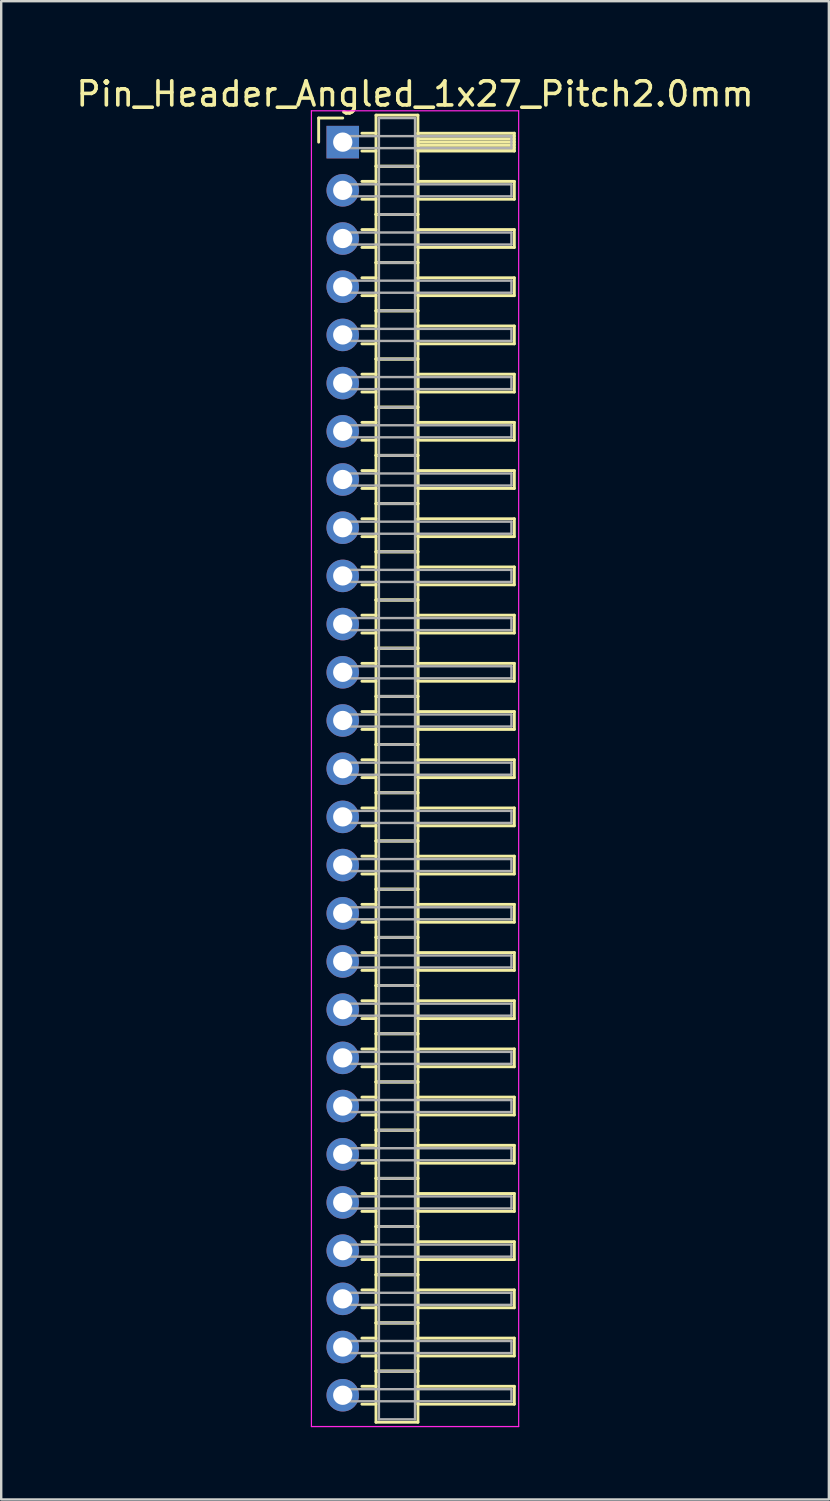
<source format=kicad_pcb>
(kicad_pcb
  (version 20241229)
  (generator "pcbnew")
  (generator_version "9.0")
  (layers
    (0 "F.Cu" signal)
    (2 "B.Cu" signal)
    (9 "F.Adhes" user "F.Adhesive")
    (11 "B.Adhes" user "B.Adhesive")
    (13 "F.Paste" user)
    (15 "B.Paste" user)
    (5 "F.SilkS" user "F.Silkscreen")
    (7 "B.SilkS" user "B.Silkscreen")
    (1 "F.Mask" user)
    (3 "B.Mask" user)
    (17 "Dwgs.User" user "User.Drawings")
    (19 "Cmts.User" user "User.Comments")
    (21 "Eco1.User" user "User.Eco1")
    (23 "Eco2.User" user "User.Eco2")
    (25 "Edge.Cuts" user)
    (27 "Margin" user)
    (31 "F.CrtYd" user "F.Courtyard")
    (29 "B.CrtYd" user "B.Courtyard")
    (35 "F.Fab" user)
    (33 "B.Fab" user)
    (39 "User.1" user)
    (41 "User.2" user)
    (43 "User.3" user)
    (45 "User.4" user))
  (footprint "Pin_Header_Angled_1x27_Pitch2.0mm"
    (layer "F.Cu")
    (at 11.173 2.848)
    (property "Reference" "Pin_Header_Angled_1x27_Pitch2.0mm" (at 3 -2 0) (layer "F.SilkS") (effects (font (size 1 1) (thickness 0.15))))
    (attr through_hole)
    (fp_line (start -1 -1) (end 0 -1) (stroke (width 0.12) (type solid)) (layer "F.SilkS"))
    (fp_line (start -1 0) (end -1 -1) (stroke (width 0.12) (type solid)) (layer "F.SilkS"))
    (fp_line (start 0.795 -0.37) (end 1.38 -0.37) (stroke (width 0.12) (type solid)) (layer "F.SilkS"))
    (fp_line (start 0.795 0.37) (end 1.38 0.37) (stroke (width 0.12) (type solid)) (layer "F.SilkS"))
    (fp_line (start 0.795 1.63) (end 1.38 1.63) (stroke (width 0.12) (type solid)) (layer "F.SilkS"))
    (fp_line (start 0.795 2.37) (end 1.38 2.37) (stroke (width 0.12) (type solid)) (layer "F.SilkS"))
    (fp_line (start 0.795 3.63) (end 1.38 3.63) (stroke (width 0.12) (type solid)) (layer "F.SilkS"))
    (fp_line (start 0.795 4.37) (end 1.38 4.37) (stroke (width 0.12) (type solid)) (layer "F.SilkS"))
    (fp_line (start 0.795 5.63) (end 1.38 5.63) (stroke (width 0.12) (type solid)) (layer "F.SilkS"))
    (fp_line (start 0.795 6.37) (end 1.38 6.37) (stroke (width 0.12) (type solid)) (layer "F.SilkS"))
    (fp_line (start 0.795 7.63) (end 1.38 7.63) (stroke (width 0.12) (type solid)) (layer "F.SilkS"))
    (fp_line (start 0.795 8.37) (end 1.38 8.37) (stroke (width 0.12) (type solid)) (layer "F.SilkS"))
    (fp_line (start 0.795 9.63) (end 1.38 9.63) (stroke (width 0.12) (type solid)) (layer "F.SilkS"))
    (fp_line (start 0.795 10.37) (end 1.38 10.37) (stroke (width 0.12) (type solid)) (layer "F.SilkS"))
    (fp_line (start 0.795 11.63) (end 1.38 11.63) (stroke (width 0.12) (type solid)) (layer "F.SilkS"))
    (fp_line (start 0.795 12.37) (end 1.38 12.37) (stroke (width 0.12) (type solid)) (layer "F.SilkS"))
    (fp_line (start 0.795 13.63) (end 1.38 13.63) (stroke (width 0.12) (type solid)) (layer "F.SilkS"))
    (fp_line (start 0.795 14.37) (end 1.38 14.37) (stroke (width 0.12) (type solid)) (layer "F.SilkS"))
    (fp_line (start 0.795 15.63) (end 1.38 15.63) (stroke (width 0.12) (type solid)) (layer "F.SilkS"))
    (fp_line (start 0.795 16.37) (end 1.38 16.37) (stroke (width 0.12) (type solid)) (layer "F.SilkS"))
    (fp_line (start 0.795 17.63) (end 1.38 17.63) (stroke (width 0.12) (type solid)) (layer "F.SilkS"))
    (fp_line (start 0.795 18.37) (end 1.38 18.37) (stroke (width 0.12) (type solid)) (layer "F.SilkS"))
    (fp_line (start 0.795 19.63) (end 1.38 19.63) (stroke (width 0.12) (type solid)) (layer "F.SilkS"))
    (fp_line (start 0.795 20.37) (end 1.38 20.37) (stroke (width 0.12) (type solid)) (layer "F.SilkS"))
    (fp_line (start 0.795 21.63) (end 1.38 21.63) (stroke (width 0.12) (type solid)) (layer "F.SilkS"))
    (fp_line (start 0.795 22.37) (end 1.38 22.37) (stroke (width 0.12) (type solid)) (layer "F.SilkS"))
    (fp_line (start 0.795 23.63) (end 1.38 23.63) (stroke (width 0.12) (type solid)) (layer "F.SilkS"))
    (fp_line (start 0.795 24.37) (end 1.38 24.37) (stroke (width 0.12) (type solid)) (layer "F.SilkS"))
    (fp_line (start 0.795 25.63) (end 1.38 25.63) (stroke (width 0.12) (type solid)) (layer "F.SilkS"))
    (fp_line (start 0.795 26.37) (end 1.38 26.37) (stroke (width 0.12) (type solid)) (layer "F.SilkS"))
    (fp_line (start 0.795 27.63) (end 1.38 27.63) (stroke (width 0.12) (type solid)) (layer "F.SilkS"))
    (fp_line (start 0.795 28.37) (end 1.38 28.37) (stroke (width 0.12) (type solid)) (layer "F.SilkS"))
    (fp_line (start 0.795 29.63) (end 1.38 29.63) (stroke (width 0.12) (type solid)) (layer "F.SilkS"))
    (fp_line (start 0.795 30.37) (end 1.38 30.37) (stroke (width 0.12) (type solid)) (layer "F.SilkS"))
    (fp_line (start 0.795 31.63) (end 1.38 31.63) (stroke (width 0.12) (type solid)) (layer "F.SilkS"))
    (fp_line (start 0.795 32.37) (end 1.38 32.37) (stroke (width 0.12) (type solid)) (layer "F.SilkS"))
    (fp_line (start 0.795 33.63) (end 1.38 33.63) (stroke (width 0.12) (type solid)) (layer "F.SilkS"))
    (fp_line (start 0.795 34.37) (end 1.38 34.37) (stroke (width 0.12) (type solid)) (layer "F.SilkS"))
    (fp_line (start 0.795 35.63) (end 1.38 35.63) (stroke (width 0.12) (type solid)) (layer "F.SilkS"))
    (fp_line (start 0.795 36.37) (end 1.38 36.37) (stroke (width 0.12) (type solid)) (layer "F.SilkS"))
    (fp_line (start 0.795 37.63) (end 1.38 37.63) (stroke (width 0.12) (type solid)) (layer "F.SilkS"))
    (fp_line (start 0.795 38.37) (end 1.38 38.37) (stroke (width 0.12) (type solid)) (layer "F.SilkS"))
    (fp_line (start 0.795 39.63) (end 1.38 39.63) (stroke (width 0.12) (type solid)) (layer "F.SilkS"))
    (fp_line (start 0.795 40.37) (end 1.38 40.37) (stroke (width 0.12) (type solid)) (layer "F.SilkS"))
    (fp_line (start 0.795 41.63) (end 1.38 41.63) (stroke (width 0.12) (type solid)) (layer "F.SilkS"))
    (fp_line (start 0.795 42.37) (end 1.38 42.37) (stroke (width 0.12) (type solid)) (layer "F.SilkS"))
    (fp_line (start 0.795 43.63) (end 1.38 43.63) (stroke (width 0.12) (type solid)) (layer "F.SilkS"))
    (fp_line (start 0.795 44.37) (end 1.38 44.37) (stroke (width 0.12) (type solid)) (layer "F.SilkS"))
    (fp_line (start 0.795 45.63) (end 1.38 45.63) (stroke (width 0.12) (type solid)) (layer "F.SilkS"))
    (fp_line (start 0.795 46.37) (end 1.38 46.37) (stroke (width 0.12) (type solid)) (layer "F.SilkS"))
    (fp_line (start 0.795 47.63) (end 1.38 47.63) (stroke (width 0.12) (type solid)) (layer "F.SilkS"))
    (fp_line (start 0.795 48.37) (end 1.38 48.37) (stroke (width 0.12) (type solid)) (layer "F.SilkS"))
    (fp_line (start 0.795 49.63) (end 1.38 49.63) (stroke (width 0.12) (type solid)) (layer "F.SilkS"))
    (fp_line (start 0.795 50.37) (end 1.38 50.37) (stroke (width 0.12) (type solid)) (layer "F.SilkS"))
    (fp_line (start 0.795 51.63) (end 1.38 51.63) (stroke (width 0.12) (type solid)) (layer "F.SilkS"))
    (fp_line (start 0.795 52.37) (end 1.38 52.37) (stroke (width 0.12) (type solid)) (layer "F.SilkS"))
    (fp_line (start 1.38 -1.12) (end 1.38 1) (stroke (width 0.12) (type solid)) (layer "F.SilkS"))
    (fp_line (start 1.38 1) (end 1.38 3) (stroke (width 0.12) (type solid)) (layer "F.SilkS"))
    (fp_line (start 1.38 1) (end 3.12 1) (stroke (width 0.12) (type solid)) (layer "F.SilkS"))
    (fp_line (start 1.38 3) (end 1.38 5) (stroke (width 0.12) (type solid)) (layer "F.SilkS"))
    (fp_line (start 1.38 3) (end 3.12 3) (stroke (width 0.12) (type solid)) (layer "F.SilkS"))
    (fp_line (start 1.38 5) (end 1.38 7) (stroke (width 0.12) (type solid)) (layer "F.SilkS"))
    (fp_line (start 1.38 5) (end 3.12 5) (stroke (width 0.12) (type solid)) (layer "F.SilkS"))
    (fp_line (start 1.38 7) (end 1.38 9) (stroke (width 0.12) (type solid)) (layer "F.SilkS"))
    (fp_line (start 1.38 7) (end 3.12 7) (stroke (width 0.12) (type solid)) (layer "F.SilkS"))
    (fp_line (start 1.38 9) (end 1.38 11) (stroke (width 0.12) (type solid)) (layer "F.SilkS"))
    (fp_line (start 1.38 9) (end 3.12 9) (stroke (width 0.12) (type solid)) (layer "F.SilkS"))
    (fp_line (start 1.38 11) (end 1.38 13) (stroke (width 0.12) (type solid)) (layer "F.SilkS"))
    (fp_line (start 1.38 11) (end 3.12 11) (stroke (width 0.12) (type solid)) (layer "F.SilkS"))
    (fp_line (start 1.38 13) (end 1.38 15) (stroke (width 0.12) (type solid)) (layer "F.SilkS"))
    (fp_line (start 1.38 13) (end 3.12 13) (stroke (width 0.12) (type solid)) (layer "F.SilkS"))
    (fp_line (start 1.38 15) (end 1.38 17) (stroke (width 0.12) (type solid)) (layer "F.SilkS"))
    (fp_line (start 1.38 15) (end 3.12 15) (stroke (width 0.12) (type solid)) (layer "F.SilkS"))
    (fp_line (start 1.38 17) (end 1.38 19) (stroke (width 0.12) (type solid)) (layer "F.SilkS"))
    (fp_line (start 1.38 17) (end 3.12 17) (stroke (width 0.12) (type solid)) (layer "F.SilkS"))
    (fp_line (start 1.38 19) (end 1.38 21) (stroke (width 0.12) (type solid)) (layer "F.SilkS"))
    (fp_line (start 1.38 19) (end 3.12 19) (stroke (width 0.12) (type solid)) (layer "F.SilkS"))
    (fp_line (start 1.38 21) (end 1.38 23) (stroke (width 0.12) (type solid)) (layer "F.SilkS"))
    (fp_line (start 1.38 21) (end 3.12 21) (stroke (width 0.12) (type solid)) (layer "F.SilkS"))
    (fp_line (start 1.38 23) (end 1.38 25) (stroke (width 0.12) (type solid)) (layer "F.SilkS"))
    (fp_line (start 1.38 23) (end 3.12 23) (stroke (width 0.12) (type solid)) (layer "F.SilkS"))
    (fp_line (start 1.38 25) (end 1.38 27) (stroke (width 0.12) (type solid)) (layer "F.SilkS"))
    (fp_line (start 1.38 25) (end 3.12 25) (stroke (width 0.12) (type solid)) (layer "F.SilkS"))
    (fp_line (start 1.38 27) (end 1.38 29) (stroke (width 0.12) (type solid)) (layer "F.SilkS"))
    (fp_line (start 1.38 27) (end 3.12 27) (stroke (width 0.12) (type solid)) (layer "F.SilkS"))
    (fp_line (start 1.38 29) (end 1.38 31) (stroke (width 0.12) (type solid)) (layer "F.SilkS"))
    (fp_line (start 1.38 29) (end 3.12 29) (stroke (width 0.12) (type solid)) (layer "F.SilkS"))
    (fp_line (start 1.38 31) (end 1.38 33) (stroke (width 0.12) (type solid)) (layer "F.SilkS"))
    (fp_line (start 1.38 31) (end 3.12 31) (stroke (width 0.12) (type solid)) (layer "F.SilkS"))
    (fp_line (start 1.38 33) (end 1.38 35) (stroke (width 0.12) (type solid)) (layer "F.SilkS"))
    (fp_line (start 1.38 33) (end 3.12 33) (stroke (width 0.12) (type solid)) (layer "F.SilkS"))
    (fp_line (start 1.38 35) (end 1.38 37) (stroke (width 0.12) (type solid)) (layer "F.SilkS"))
    (fp_line (start 1.38 35) (end 3.12 35) (stroke (width 0.12) (type solid)) (layer "F.SilkS"))
    (fp_line (start 1.38 37) (end 1.38 39) (stroke (width 0.12) (type solid)) (layer "F.SilkS"))
    (fp_line (start 1.38 37) (end 3.12 37) (stroke (width 0.12) (type solid)) (layer "F.SilkS"))
    (fp_line (start 1.38 39) (end 1.38 41) (stroke (width 0.12) (type solid)) (layer "F.SilkS"))
    (fp_line (start 1.38 39) (end 3.12 39) (stroke (width 0.12) (type solid)) (layer "F.SilkS"))
    (fp_line (start 1.38 41) (end 1.38 43) (stroke (width 0.12) (type solid)) (layer "F.SilkS"))
    (fp_line (start 1.38 41) (end 3.12 41) (stroke (width 0.12) (type solid)) (layer "F.SilkS"))
    (fp_line (start 1.38 43) (end 1.38 45) (stroke (width 0.12) (type solid)) (layer "F.SilkS"))
    (fp_line (start 1.38 43) (end 3.12 43) (stroke (width 0.12) (type solid)) (layer "F.SilkS"))
    (fp_line (start 1.38 45) (end 1.38 47) (stroke (width 0.12) (type solid)) (layer "F.SilkS"))
    (fp_line (start 1.38 45) (end 3.12 45) (stroke (width 0.12) (type solid)) (layer "F.SilkS"))
    (fp_line (start 1.38 47) (end 1.38 49) (stroke (width 0.12) (type solid)) (layer "F.SilkS"))
    (fp_line (start 1.38 47) (end 3.12 47) (stroke (width 0.12) (type solid)) (layer "F.SilkS"))
    (fp_line (start 1.38 49) (end 1.38 51) (stroke (width 0.12) (type solid)) (layer "F.SilkS"))
    (fp_line (start 1.38 49) (end 3.12 49) (stroke (width 0.12) (type solid)) (layer "F.SilkS"))
    (fp_line (start 1.38 51) (end 1.38 53.12) (stroke (width 0.12) (type solid)) (layer "F.SilkS"))
    (fp_line (start 1.38 51) (end 3.12 51) (stroke (width 0.12) (type solid)) (layer "F.SilkS"))
    (fp_line (start 1.38 53.12) (end 3.12 53.12) (stroke (width 0.12) (type solid)) (layer "F.SilkS"))
    (fp_line (start 3.12 -1.12) (end 1.38 -1.12) (stroke (width 0.12) (type solid)) (layer "F.SilkS"))
    (fp_line (start 3.12 -0.37) (end 3.12 0.37) (stroke (width 0.12) (type solid)) (layer "F.SilkS"))
    (fp_line (start 3.12 -0.25) (end 7.12 -0.25) (stroke (width 0.12) (type solid)) (layer "F.SilkS"))
    (fp_line (start 3.12 -0.13) (end 7.12 -0.13) (stroke (width 0.12) (type solid)) (layer "F.SilkS"))
    (fp_line (start 3.12 -0.01) (end 7.12 -0.01) (stroke (width 0.12) (type solid)) (layer "F.SilkS"))
    (fp_line (start 3.12 0.11) (end 7.12 0.11) (stroke (width 0.12) (type solid)) (layer "F.SilkS"))
    (fp_line (start 3.12 0.23) (end 7.12 0.23) (stroke (width 0.12) (type solid)) (layer "F.SilkS"))
    (fp_line (start 3.12 0.35) (end 7.12 0.35) (stroke (width 0.12) (type solid)) (layer "F.SilkS"))
    (fp_line (start 3.12 0.37) (end 7.12 0.37) (stroke (width 0.12) (type solid)) (layer "F.SilkS"))
    (fp_line (start 3.12 1) (end 1.38 1) (stroke (width 0.12) (type solid)) (layer "F.SilkS"))
    (fp_line (start 3.12 1) (end 3.12 -1.12) (stroke (width 0.12) (type solid)) (layer "F.SilkS"))
    (fp_line (start 3.12 1.63) (end 3.12 2.37) (stroke (width 0.12) (type solid)) (layer "F.SilkS"))
    (fp_line (start 3.12 2.37) (end 7.12 2.37) (stroke (width 0.12) (type solid)) (layer "F.SilkS"))
    (fp_line (start 3.12 3) (end 1.38 3) (stroke (width 0.12) (type solid)) (layer "F.SilkS"))
    (fp_line (start 3.12 3) (end 3.12 1) (stroke (width 0.12) (type solid)) (layer "F.SilkS"))
    (fp_line (start 3.12 3.63) (end 3.12 4.37) (stroke (width 0.12) (type solid)) (layer "F.SilkS"))
    (fp_line (start 3.12 4.37) (end 7.12 4.37) (stroke (width 0.12) (type solid)) (layer "F.SilkS"))
    (fp_line (start 3.12 5) (end 1.38 5) (stroke (width 0.12) (type solid)) (layer "F.SilkS"))
    (fp_line (start 3.12 5) (end 3.12 3) (stroke (width 0.12) (type solid)) (layer "F.SilkS"))
    (fp_line (start 3.12 5.63) (end 3.12 6.37) (stroke (width 0.12) (type solid)) (layer "F.SilkS"))
    (fp_line (start 3.12 6.37) (end 7.12 6.37) (stroke (width 0.12) (type solid)) (layer "F.SilkS"))
    (fp_line (start 3.12 7) (end 1.38 7) (stroke (width 0.12) (type solid)) (layer "F.SilkS"))
    (fp_line (start 3.12 7) (end 3.12 5) (stroke (width 0.12) (type solid)) (layer "F.SilkS"))
    (fp_line (start 3.12 7.63) (end 3.12 8.37) (stroke (width 0.12) (type solid)) (layer "F.SilkS"))
    (fp_line (start 3.12 8.37) (end 7.12 8.37) (stroke (width 0.12) (type solid)) (layer "F.SilkS"))
    (fp_line (start 3.12 9) (end 1.38 9) (stroke (width 0.12) (type solid)) (layer "F.SilkS"))
    (fp_line (start 3.12 9) (end 3.12 7) (stroke (width 0.12) (type solid)) (layer "F.SilkS"))
    (fp_line (start 3.12 9.63) (end 3.12 10.37) (stroke (width 0.12) (type solid)) (layer "F.SilkS"))
    (fp_line (start 3.12 10.37) (end 7.12 10.37) (stroke (width 0.12) (type solid)) (layer "F.SilkS"))
    (fp_line (start 3.12 11) (end 1.38 11) (stroke (width 0.12) (type solid)) (layer "F.SilkS"))
    (fp_line (start 3.12 11) (end 3.12 9) (stroke (width 0.12) (type solid)) (layer "F.SilkS"))
    (fp_line (start 3.12 11.63) (end 3.12 12.37) (stroke (width 0.12) (type solid)) (layer "F.SilkS"))
    (fp_line (start 3.12 12.37) (end 7.12 12.37) (stroke (width 0.12) (type solid)) (layer "F.SilkS"))
    (fp_line (start 3.12 13) (end 1.38 13) (stroke (width 0.12) (type solid)) (layer "F.SilkS"))
    (fp_line (start 3.12 13) (end 3.12 11) (stroke (width 0.12) (type solid)) (layer "F.SilkS"))
    (fp_line (start 3.12 13.63) (end 3.12 14.37) (stroke (width 0.12) (type solid)) (layer "F.SilkS"))
    (fp_line (start 3.12 14.37) (end 7.12 14.37) (stroke (width 0.12) (type solid)) (layer "F.SilkS"))
    (fp_line (start 3.12 15) (end 1.38 15) (stroke (width 0.12) (type solid)) (layer "F.SilkS"))
    (fp_line (start 3.12 15) (end 3.12 13) (stroke (width 0.12) (type solid)) (layer "F.SilkS"))
    (fp_line (start 3.12 15.63) (end 3.12 16.37) (stroke (width 0.12) (type solid)) (layer "F.SilkS"))
    (fp_line (start 3.12 16.37) (end 7.12 16.37) (stroke (width 0.12) (type solid)) (layer "F.SilkS"))
    (fp_line (start 3.12 17) (end 1.38 17) (stroke (width 0.12) (type solid)) (layer "F.SilkS"))
    (fp_line (start 3.12 17) (end 3.12 15) (stroke (width 0.12) (type solid)) (layer "F.SilkS"))
    (fp_line (start 3.12 17.63) (end 3.12 18.37) (stroke (width 0.12) (type solid)) (layer "F.SilkS"))
    (fp_line (start 3.12 18.37) (end 7.12 18.37) (stroke (width 0.12) (type solid)) (layer "F.SilkS"))
    (fp_line (start 3.12 19) (end 1.38 19) (stroke (width 0.12) (type solid)) (layer "F.SilkS"))
    (fp_line (start 3.12 19) (end 3.12 17) (stroke (width 0.12) (type solid)) (layer "F.SilkS"))
    (fp_line (start 3.12 19.63) (end 3.12 20.37) (stroke (width 0.12) (type solid)) (layer "F.SilkS"))
    (fp_line (start 3.12 20.37) (end 7.12 20.37) (stroke (width 0.12) (type solid)) (layer "F.SilkS"))
    (fp_line (start 3.12 21) (end 1.38 21) (stroke (width 0.12) (type solid)) (layer "F.SilkS"))
    (fp_line (start 3.12 21) (end 3.12 19) (stroke (width 0.12) (type solid)) (layer "F.SilkS"))
    (fp_line (start 3.12 21.63) (end 3.12 22.37) (stroke (width 0.12) (type solid)) (layer "F.SilkS"))
    (fp_line (start 3.12 22.37) (end 7.12 22.37) (stroke (width 0.12) (type solid)) (layer "F.SilkS"))
    (fp_line (start 3.12 23) (end 1.38 23) (stroke (width 0.12) (type solid)) (layer "F.SilkS"))
    (fp_line (start 3.12 23) (end 3.12 21) (stroke (width 0.12) (type solid)) (layer "F.SilkS"))
    (fp_line (start 3.12 23.63) (end 3.12 24.37) (stroke (width 0.12) (type solid)) (layer "F.SilkS"))
    (fp_line (start 3.12 24.37) (end 7.12 24.37) (stroke (width 0.12) (type solid)) (layer "F.SilkS"))
    (fp_line (start 3.12 25) (end 1.38 25) (stroke (width 0.12) (type solid)) (layer "F.SilkS"))
    (fp_line (start 3.12 25) (end 3.12 23) (stroke (width 0.12) (type solid)) (layer "F.SilkS"))
    (fp_line (start 3.12 25.63) (end 3.12 26.37) (stroke (width 0.12) (type solid)) (layer "F.SilkS"))
    (fp_line (start 3.12 26.37) (end 7.12 26.37) (stroke (width 0.12) (type solid)) (layer "F.SilkS"))
    (fp_line (start 3.12 27) (end 1.38 27) (stroke (width 0.12) (type solid)) (layer "F.SilkS"))
    (fp_line (start 3.12 27) (end 3.12 25) (stroke (width 0.12) (type solid)) (layer "F.SilkS"))
    (fp_line (start 3.12 27.63) (end 3.12 28.37) (stroke (width 0.12) (type solid)) (layer "F.SilkS"))
    (fp_line (start 3.12 28.37) (end 7.12 28.37) (stroke (width 0.12) (type solid)) (layer "F.SilkS"))
    (fp_line (start 3.12 29) (end 1.38 29) (stroke (width 0.12) (type solid)) (layer "F.SilkS"))
    (fp_line (start 3.12 29) (end 3.12 27) (stroke (width 0.12) (type solid)) (layer "F.SilkS"))
    (fp_line (start 3.12 29.63) (end 3.12 30.37) (stroke (width 0.12) (type solid)) (layer "F.SilkS"))
    (fp_line (start 3.12 30.37) (end 7.12 30.37) (stroke (width 0.12) (type solid)) (layer "F.SilkS"))
    (fp_line (start 3.12 31) (end 1.38 31) (stroke (width 0.12) (type solid)) (layer "F.SilkS"))
    (fp_line (start 3.12 31) (end 3.12 29) (stroke (width 0.12) (type solid)) (layer "F.SilkS"))
    (fp_line (start 3.12 31.63) (end 3.12 32.37) (stroke (width 0.12) (type solid)) (layer "F.SilkS"))
    (fp_line (start 3.12 32.37) (end 7.12 32.37) (stroke (width 0.12) (type solid)) (layer "F.SilkS"))
    (fp_line (start 3.12 33) (end 1.38 33) (stroke (width 0.12) (type solid)) (layer "F.SilkS"))
    (fp_line (start 3.12 33) (end 3.12 31) (stroke (width 0.12) (type solid)) (layer "F.SilkS"))
    (fp_line (start 3.12 33.63) (end 3.12 34.37) (stroke (width 0.12) (type solid)) (layer "F.SilkS"))
    (fp_line (start 3.12 34.37) (end 7.12 34.37) (stroke (width 0.12) (type solid)) (layer "F.SilkS"))
    (fp_line (start 3.12 35) (end 1.38 35) (stroke (width 0.12) (type solid)) (layer "F.SilkS"))
    (fp_line (start 3.12 35) (end 3.12 33) (stroke (width 0.12) (type solid)) (layer "F.SilkS"))
    (fp_line (start 3.12 35.63) (end 3.12 36.37) (stroke (width 0.12) (type solid)) (layer "F.SilkS"))
    (fp_line (start 3.12 36.37) (end 7.12 36.37) (stroke (width 0.12) (type solid)) (layer "F.SilkS"))
    (fp_line (start 3.12 37) (end 1.38 37) (stroke (width 0.12) (type solid)) (layer "F.SilkS"))
    (fp_line (start 3.12 37) (end 3.12 35) (stroke (width 0.12) (type solid)) (layer "F.SilkS"))
    (fp_line (start 3.12 37.63) (end 3.12 38.37) (stroke (width 0.12) (type solid)) (layer "F.SilkS"))
    (fp_line (start 3.12 38.37) (end 7.12 38.37) (stroke (width 0.12) (type solid)) (layer "F.SilkS"))
    (fp_line (start 3.12 39) (end 1.38 39) (stroke (width 0.12) (type solid)) (layer "F.SilkS"))
    (fp_line (start 3.12 39) (end 3.12 37) (stroke (width 0.12) (type solid)) (layer "F.SilkS"))
    (fp_line (start 3.12 39.63) (end 3.12 40.37) (stroke (width 0.12) (type solid)) (layer "F.SilkS"))
    (fp_line (start 3.12 40.37) (end 7.12 40.37) (stroke (width 0.12) (type solid)) (layer "F.SilkS"))
    (fp_line (start 3.12 41) (end 1.38 41) (stroke (width 0.12) (type solid)) (layer "F.SilkS"))
    (fp_line (start 3.12 41) (end 3.12 39) (stroke (width 0.12) (type solid)) (layer "F.SilkS"))
    (fp_line (start 3.12 41.63) (end 3.12 42.37) (stroke (width 0.12) (type solid)) (layer "F.SilkS"))
    (fp_line (start 3.12 42.37) (end 7.12 42.37) (stroke (width 0.12) (type solid)) (layer "F.SilkS"))
    (fp_line (start 3.12 43) (end 1.38 43) (stroke (width 0.12) (type solid)) (layer "F.SilkS"))
    (fp_line (start 3.12 43) (end 3.12 41) (stroke (width 0.12) (type solid)) (layer "F.SilkS"))
    (fp_line (start 3.12 43.63) (end 3.12 44.37) (stroke (width 0.12) (type solid)) (layer "F.SilkS"))
    (fp_line (start 3.12 44.37) (end 7.12 44.37) (stroke (width 0.12) (type solid)) (layer "F.SilkS"))
    (fp_line (start 3.12 45) (end 1.38 45) (stroke (width 0.12) (type solid)) (layer "F.SilkS"))
    (fp_line (start 3.12 45) (end 3.12 43) (stroke (width 0.12) (type solid)) (layer "F.SilkS"))
    (fp_line (start 3.12 45.63) (end 3.12 46.37) (stroke (width 0.12) (type solid)) (layer "F.SilkS"))
    (fp_line (start 3.12 46.37) (end 7.12 46.37) (stroke (width 0.12) (type solid)) (layer "F.SilkS"))
    (fp_line (start 3.12 47) (end 1.38 47) (stroke (width 0.12) (type solid)) (layer "F.SilkS"))
    (fp_line (start 3.12 47) (end 3.12 45) (stroke (width 0.12) (type solid)) (layer "F.SilkS"))
    (fp_line (start 3.12 47.63) (end 3.12 48.37) (stroke (width 0.12) (type solid)) (layer "F.SilkS"))
    (fp_line (start 3.12 48.37) (end 7.12 48.37) (stroke (width 0.12) (type solid)) (layer "F.SilkS"))
    (fp_line (start 3.12 49) (end 1.38 49) (stroke (width 0.12) (type solid)) (layer "F.SilkS"))
    (fp_line (start 3.12 49) (end 3.12 47) (stroke (width 0.12) (type solid)) (layer "F.SilkS"))
    (fp_line (start 3.12 49.63) (end 3.12 50.37) (stroke (width 0.12) (type solid)) (layer "F.SilkS"))
    (fp_line (start 3.12 50.37) (end 7.12 50.37) (stroke (width 0.12) (type solid)) (layer "F.SilkS"))
    (fp_line (start 3.12 51) (end 1.38 51) (stroke (width 0.12) (type solid)) (layer "F.SilkS"))
    (fp_line (start 3.12 51) (end 3.12 49) (stroke (width 0.12) (type solid)) (layer "F.SilkS"))
    (fp_line (start 3.12 51.63) (end 3.12 52.37) (stroke (width 0.12) (type solid)) (layer "F.SilkS"))
    (fp_line (start 3.12 52.37) (end 7.12 52.37) (stroke (width 0.12) (type solid)) (layer "F.SilkS"))
    (fp_line (start 3.12 53.12) (end 3.12 51) (stroke (width 0.12) (type solid)) (layer "F.SilkS"))
    (fp_line (start 7.12 -0.37) (end 3.12 -0.37) (stroke (width 0.12) (type solid)) (layer "F.SilkS"))
    (fp_line (start 7.12 0.37) (end 7.12 -0.37) (stroke (width 0.12) (type solid)) (layer "F.SilkS"))
    (fp_line (start 7.12 1.63) (end 3.12 1.63) (stroke (width 0.12) (type solid)) (layer "F.SilkS"))
    (fp_line (start 7.12 2.37) (end 7.12 1.63) (stroke (width 0.12) (type solid)) (layer "F.SilkS"))
    (fp_line (start 7.12 3.63) (end 3.12 3.63) (stroke (width 0.12) (type solid)) (layer "F.SilkS"))
    (fp_line (start 7.12 4.37) (end 7.12 3.63) (stroke (width 0.12) (type solid)) (layer "F.SilkS"))
    (fp_line (start 7.12 5.63) (end 3.12 5.63) (stroke (width 0.12) (type solid)) (layer "F.SilkS"))
    (fp_line (start 7.12 6.37) (end 7.12 5.63) (stroke (width 0.12) (type solid)) (layer "F.SilkS"))
    (fp_line (start 7.12 7.63) (end 3.12 7.63) (stroke (width 0.12) (type solid)) (layer "F.SilkS"))
    (fp_line (start 7.12 8.37) (end 7.12 7.63) (stroke (width 0.12) (type solid)) (layer "F.SilkS"))
    (fp_line (start 7.12 9.63) (end 3.12 9.63) (stroke (width 0.12) (type solid)) (layer "F.SilkS"))
    (fp_line (start 7.12 10.37) (end 7.12 9.63) (stroke (width 0.12) (type solid)) (layer "F.SilkS"))
    (fp_line (start 7.12 11.63) (end 3.12 11.63) (stroke (width 0.12) (type solid)) (layer "F.SilkS"))
    (fp_line (start 7.12 12.37) (end 7.12 11.63) (stroke (width 0.12) (type solid)) (layer "F.SilkS"))
    (fp_line (start 7.12 13.63) (end 3.12 13.63) (stroke (width 0.12) (type solid)) (layer "F.SilkS"))
    (fp_line (start 7.12 14.37) (end 7.12 13.63) (stroke (width 0.12) (type solid)) (layer "F.SilkS"))
    (fp_line (start 7.12 15.63) (end 3.12 15.63) (stroke (width 0.12) (type solid)) (layer "F.SilkS"))
    (fp_line (start 7.12 16.37) (end 7.12 15.63) (stroke (width 0.12) (type solid)) (layer "F.SilkS"))
    (fp_line (start 7.12 17.63) (end 3.12 17.63) (stroke (width 0.12) (type solid)) (layer "F.SilkS"))
    (fp_line (start 7.12 18.37) (end 7.12 17.63) (stroke (width 0.12) (type solid)) (layer "F.SilkS"))
    (fp_line (start 7.12 19.63) (end 3.12 19.63) (stroke (width 0.12) (type solid)) (layer "F.SilkS"))
    (fp_line (start 7.12 20.37) (end 7.12 19.63) (stroke (width 0.12) (type solid)) (layer "F.SilkS"))
    (fp_line (start 7.12 21.63) (end 3.12 21.63) (stroke (width 0.12) (type solid)) (layer "F.SilkS"))
    (fp_line (start 7.12 22.37) (end 7.12 21.63) (stroke (width 0.12) (type solid)) (layer "F.SilkS"))
    (fp_line (start 7.12 23.63) (end 3.12 23.63) (stroke (width 0.12) (type solid)) (layer "F.SilkS"))
    (fp_line (start 7.12 24.37) (end 7.12 23.63) (stroke (width 0.12) (type solid)) (layer "F.SilkS"))
    (fp_line (start 7.12 25.63) (end 3.12 25.63) (stroke (width 0.12) (type solid)) (layer "F.SilkS"))
    (fp_line (start 7.12 26.37) (end 7.12 25.63) (stroke (width 0.12) (type solid)) (layer "F.SilkS"))
    (fp_line (start 7.12 27.63) (end 3.12 27.63) (stroke (width 0.12) (type solid)) (layer "F.SilkS"))
    (fp_line (start 7.12 28.37) (end 7.12 27.63) (stroke (width 0.12) (type solid)) (layer "F.SilkS"))
    (fp_line (start 7.12 29.63) (end 3.12 29.63) (stroke (width 0.12) (type solid)) (layer "F.SilkS"))
    (fp_line (start 7.12 30.37) (end 7.12 29.63) (stroke (width 0.12) (type solid)) (layer "F.SilkS"))
    (fp_line (start 7.12 31.63) (end 3.12 31.63) (stroke (width 0.12) (type solid)) (layer "F.SilkS"))
    (fp_line (start 7.12 32.37) (end 7.12 31.63) (stroke (width 0.12) (type solid)) (layer "F.SilkS"))
    (fp_line (start 7.12 33.63) (end 3.12 33.63) (stroke (width 0.12) (type solid)) (layer "F.SilkS"))
    (fp_line (start 7.12 34.37) (end 7.12 33.63) (stroke (width 0.12) (type solid)) (layer "F.SilkS"))
    (fp_line (start 7.12 35.63) (end 3.12 35.63) (stroke (width 0.12) (type solid)) (layer "F.SilkS"))
    (fp_line (start 7.12 36.37) (end 7.12 35.63) (stroke (width 0.12) (type solid)) (layer "F.SilkS"))
    (fp_line (start 7.12 37.63) (end 3.12 37.63) (stroke (width 0.12) (type solid)) (layer "F.SilkS"))
    (fp_line (start 7.12 38.37) (end 7.12 37.63) (stroke (width 0.12) (type solid)) (layer "F.SilkS"))
    (fp_line (start 7.12 39.63) (end 3.12 39.63) (stroke (width 0.12) (type solid)) (layer "F.SilkS"))
    (fp_line (start 7.12 40.37) (end 7.12 39.63) (stroke (width 0.12) (type solid)) (layer "F.SilkS"))
    (fp_line (start 7.12 41.63) (end 3.12 41.63) (stroke (width 0.12) (type solid)) (layer "F.SilkS"))
    (fp_line (start 7.12 42.37) (end 7.12 41.63) (stroke (width 0.12) (type solid)) (layer "F.SilkS"))
    (fp_line (start 7.12 43.63) (end 3.12 43.63) (stroke (width 0.12) (type solid)) (layer "F.SilkS"))
    (fp_line (start 7.12 44.37) (end 7.12 43.63) (stroke (width 0.12) (type solid)) (layer "F.SilkS"))
    (fp_line (start 7.12 45.63) (end 3.12 45.63) (stroke (width 0.12) (type solid)) (layer "F.SilkS"))
    (fp_line (start 7.12 46.37) (end 7.12 45.63) (stroke (width 0.12) (type solid)) (layer "F.SilkS"))
    (fp_line (start 7.12 47.63) (end 3.12 47.63) (stroke (width 0.12) (type solid)) (layer "F.SilkS"))
    (fp_line (start 7.12 48.37) (end 7.12 47.63) (stroke (width 0.12) (type solid)) (layer "F.SilkS"))
    (fp_line (start 7.12 49.63) (end 3.12 49.63) (stroke (width 0.12) (type solid)) (layer "F.SilkS"))
    (fp_line (start 7.12 50.37) (end 7.12 49.63) (stroke (width 0.12) (type solid)) (layer "F.SilkS"))
    (fp_line (start 7.12 51.63) (end 3.12 51.63) (stroke (width 0.12) (type solid)) (layer "F.SilkS"))
    (fp_line (start 7.12 52.37) (end 7.12 51.63) (stroke (width 0.12) (type solid)) (layer "F.SilkS"))
    (fp_line (start -1.3 -1.3) (end -1.3 53.3) (stroke (width 0.05) (type solid)) (layer "F.CrtYd"))
    (fp_line (start -1.3 53.3) (end 7.3 53.3) (stroke (width 0.05) (type solid)) (layer "F.CrtYd"))
    (fp_line (start 7.3 -1.3) (end -1.3 -1.3) (stroke (width 0.05) (type solid)) (layer "F.CrtYd"))
    (fp_line (start 7.3 53.3) (end 7.3 -1.3) (stroke (width 0.05) (type solid)) (layer "F.CrtYd"))
    (fp_line (start 0 -0.25) (end 0 0.25) (stroke (width 0.1) (type solid)) (layer "F.Fab"))
    (fp_line (start 0 0.25) (end 7 0.25) (stroke (width 0.1) (type solid)) (layer "F.Fab"))
    (fp_line (start 0 1.75) (end 0 2.25) (stroke (width 0.1) (type solid)) (layer "F.Fab"))
    (fp_line (start 0 2.25) (end 7 2.25) (stroke (width 0.1) (type solid)) (layer "F.Fab"))
    (fp_line (start 0 3.75) (end 0 4.25) (stroke (width 0.1) (type solid)) (layer "F.Fab"))
    (fp_line (start 0 4.25) (end 7 4.25) (stroke (width 0.1) (type solid)) (layer "F.Fab"))
    (fp_line (start 0 5.75) (end 0 6.25) (stroke (width 0.1) (type solid)) (layer "F.Fab"))
    (fp_line (start 0 6.25) (end 7 6.25) (stroke (width 0.1) (type solid)) (layer "F.Fab"))
    (fp_line (start 0 7.75) (end 0 8.25) (stroke (width 0.1) (type solid)) (layer "F.Fab"))
    (fp_line (start 0 8.25) (end 7 8.25) (stroke (width 0.1) (type solid)) (layer "F.Fab"))
    (fp_line (start 0 9.75) (end 0 10.25) (stroke (width 0.1) (type solid)) (layer "F.Fab"))
    (fp_line (start 0 10.25) (end 7 10.25) (stroke (width 0.1) (type solid)) (layer "F.Fab"))
    (fp_line (start 0 11.75) (end 0 12.25) (stroke (width 0.1) (type solid)) (layer "F.Fab"))
    (fp_line (start 0 12.25) (end 7 12.25) (stroke (width 0.1) (type solid)) (layer "F.Fab"))
    (fp_line (start 0 13.75) (end 0 14.25) (stroke (width 0.1) (type solid)) (layer "F.Fab"))
    (fp_line (start 0 14.25) (end 7 14.25) (stroke (width 0.1) (type solid)) (layer "F.Fab"))
    (fp_line (start 0 15.75) (end 0 16.25) (stroke (width 0.1) (type solid)) (layer "F.Fab"))
    (fp_line (start 0 16.25) (end 7 16.25) (stroke (width 0.1) (type solid)) (layer "F.Fab"))
    (fp_line (start 0 17.75) (end 0 18.25) (stroke (width 0.1) (type solid)) (layer "F.Fab"))
    (fp_line (start 0 18.25) (end 7 18.25) (stroke (width 0.1) (type solid)) (layer "F.Fab"))
    (fp_line (start 0 19.75) (end 0 20.25) (stroke (width 0.1) (type solid)) (layer "F.Fab"))
    (fp_line (start 0 20.25) (end 7 20.25) (stroke (width 0.1) (type solid)) (layer "F.Fab"))
    (fp_line (start 0 21.75) (end 0 22.25) (stroke (width 0.1) (type solid)) (layer "F.Fab"))
    (fp_line (start 0 22.25) (end 7 22.25) (stroke (width 0.1) (type solid)) (layer "F.Fab"))
    (fp_line (start 0 23.75) (end 0 24.25) (stroke (width 0.1) (type solid)) (layer "F.Fab"))
    (fp_line (start 0 24.25) (end 7 24.25) (stroke (width 0.1) (type solid)) (layer "F.Fab"))
    (fp_line (start 0 25.75) (end 0 26.25) (stroke (width 0.1) (type solid)) (layer "F.Fab"))
    (fp_line (start 0 26.25) (end 7 26.25) (stroke (width 0.1) (type solid)) (layer "F.Fab"))
    (fp_line (start 0 27.75) (end 0 28.25) (stroke (width 0.1) (type solid)) (layer "F.Fab"))
    (fp_line (start 0 28.25) (end 7 28.25) (stroke (width 0.1) (type solid)) (layer "F.Fab"))
    (fp_line (start 0 29.75) (end 0 30.25) (stroke (width 0.1) (type solid)) (layer "F.Fab"))
    (fp_line (start 0 30.25) (end 7 30.25) (stroke (width 0.1) (type solid)) (layer "F.Fab"))
    (fp_line (start 0 31.75) (end 0 32.25) (stroke (width 0.1) (type solid)) (layer "F.Fab"))
    (fp_line (start 0 32.25) (end 7 32.25) (stroke (width 0.1) (type solid)) (layer "F.Fab"))
    (fp_line (start 0 33.75) (end 0 34.25) (stroke (width 0.1) (type solid)) (layer "F.Fab"))
    (fp_line (start 0 34.25) (end 7 34.25) (stroke (width 0.1) (type solid)) (layer "F.Fab"))
    (fp_line (start 0 35.75) (end 0 36.25) (stroke (width 0.1) (type solid)) (layer "F.Fab"))
    (fp_line (start 0 36.25) (end 7 36.25) (stroke (width 0.1) (type solid)) (layer "F.Fab"))
    (fp_line (start 0 37.75) (end 0 38.25) (stroke (width 0.1) (type solid)) (layer "F.Fab"))
    (fp_line (start 0 38.25) (end 7 38.25) (stroke (width 0.1) (type solid)) (layer "F.Fab"))
    (fp_line (start 0 39.75) (end 0 40.25) (stroke (width 0.1) (type solid)) (layer "F.Fab"))
    (fp_line (start 0 40.25) (end 7 40.25) (stroke (width 0.1) (type solid)) (layer "F.Fab"))
    (fp_line (start 0 41.75) (end 0 42.25) (stroke (width 0.1) (type solid)) (layer "F.Fab"))
    (fp_line (start 0 42.25) (end 7 42.25) (stroke (width 0.1) (type solid)) (layer "F.Fab"))
    (fp_line (start 0 43.75) (end 0 44.25) (stroke (width 0.1) (type solid)) (layer "F.Fab"))
    (fp_line (start 0 44.25) (end 7 44.25) (stroke (width 0.1) (type solid)) (layer "F.Fab"))
    (fp_line (start 0 45.75) (end 0 46.25) (stroke (width 0.1) (type solid)) (layer "F.Fab"))
    (fp_line (start 0 46.25) (end 7 46.25) (stroke (width 0.1) (type solid)) (layer "F.Fab"))
    (fp_line (start 0 47.75) (end 0 48.25) (stroke (width 0.1) (type solid)) (layer "F.Fab"))
    (fp_line (start 0 48.25) (end 7 48.25) (stroke (width 0.1) (type solid)) (layer "F.Fab"))
    (fp_line (start 0 49.75) (end 0 50.25) (stroke (width 0.1) (type solid)) (layer "F.Fab"))
    (fp_line (start 0 50.25) (end 7 50.25) (stroke (width 0.1) (type solid)) (layer "F.Fab"))
    (fp_line (start 0 51.75) (end 0 52.25) (stroke (width 0.1) (type solid)) (layer "F.Fab"))
    (fp_line (start 0 52.25) (end 7 52.25) (stroke (width 0.1) (type solid)) (layer "F.Fab"))
    (fp_line (start 1.5 -1) (end 1.5 1) (stroke (width 0.1) (type solid)) (layer "F.Fab"))
    (fp_line (start 1.5 1) (end 1.5 3) (stroke (width 0.1) (type solid)) (layer "F.Fab"))
    (fp_line (start 1.5 1) (end 3 1) (stroke (width 0.1) (type solid)) (layer "F.Fab"))
    (fp_line (start 1.5 3) (end 1.5 5) (stroke (width 0.1) (type solid)) (layer "F.Fab"))
    (fp_line (start 1.5 3) (end 3 3) (stroke (width 0.1) (type solid)) (layer "F.Fab"))
    (fp_line (start 1.5 5) (end 1.5 7) (stroke (width 0.1) (type solid)) (layer "F.Fab"))
    (fp_line (start 1.5 5) (end 3 5) (stroke (width 0.1) (type solid)) (layer "F.Fab"))
    (fp_line (start 1.5 7) (end 1.5 9) (stroke (width 0.1) (type solid)) (layer "F.Fab"))
    (fp_line (start 1.5 7) (end 3 7) (stroke (width 0.1) (type solid)) (layer "F.Fab"))
    (fp_line (start 1.5 9) (end 1.5 11) (stroke (width 0.1) (type solid)) (layer "F.Fab"))
    (fp_line (start 1.5 9) (end 3 9) (stroke (width 0.1) (type solid)) (layer "F.Fab"))
    (fp_line (start 1.5 11) (end 1.5 13) (stroke (width 0.1) (type solid)) (layer "F.Fab"))
    (fp_line (start 1.5 11) (end 3 11) (stroke (width 0.1) (type solid)) (layer "F.Fab"))
    (fp_line (start 1.5 13) (end 1.5 15) (stroke (width 0.1) (type solid)) (layer "F.Fab"))
    (fp_line (start 1.5 13) (end 3 13) (stroke (width 0.1) (type solid)) (layer "F.Fab"))
    (fp_line (start 1.5 15) (end 1.5 17) (stroke (width 0.1) (type solid)) (layer "F.Fab"))
    (fp_line (start 1.5 15) (end 3 15) (stroke (width 0.1) (type solid)) (layer "F.Fab"))
    (fp_line (start 1.5 17) (end 1.5 19) (stroke (width 0.1) (type solid)) (layer "F.Fab"))
    (fp_line (start 1.5 17) (end 3 17) (stroke (width 0.1) (type solid)) (layer "F.Fab"))
    (fp_line (start 1.5 19) (end 1.5 21) (stroke (width 0.1) (type solid)) (layer "F.Fab"))
    (fp_line (start 1.5 19) (end 3 19) (stroke (width 0.1) (type solid)) (layer "F.Fab"))
    (fp_line (start 1.5 21) (end 1.5 23) (stroke (width 0.1) (type solid)) (layer "F.Fab"))
    (fp_line (start 1.5 21) (end 3 21) (stroke (width 0.1) (type solid)) (layer "F.Fab"))
    (fp_line (start 1.5 23) (end 1.5 25) (stroke (width 0.1) (type solid)) (layer "F.Fab"))
    (fp_line (start 1.5 23) (end 3 23) (stroke (width 0.1) (type solid)) (layer "F.Fab"))
    (fp_line (start 1.5 25) (end 1.5 27) (stroke (width 0.1) (type solid)) (layer "F.Fab"))
    (fp_line (start 1.5 25) (end 3 25) (stroke (width 0.1) (type solid)) (layer "F.Fab"))
    (fp_line (start 1.5 27) (end 1.5 29) (stroke (width 0.1) (type solid)) (layer "F.Fab"))
    (fp_line (start 1.5 27) (end 3 27) (stroke (width 0.1) (type solid)) (layer "F.Fab"))
    (fp_line (start 1.5 29) (end 1.5 31) (stroke (width 0.1) (type solid)) (layer "F.Fab"))
    (fp_line (start 1.5 29) (end 3 29) (stroke (width 0.1) (type solid)) (layer "F.Fab"))
    (fp_line (start 1.5 31) (end 1.5 33) (stroke (width 0.1) (type solid)) (layer "F.Fab"))
    (fp_line (start 1.5 31) (end 3 31) (stroke (width 0.1) (type solid)) (layer "F.Fab"))
    (fp_line (start 1.5 33) (end 1.5 35) (stroke (width 0.1) (type solid)) (layer "F.Fab"))
    (fp_line (start 1.5 33) (end 3 33) (stroke (width 0.1) (type solid)) (layer "F.Fab"))
    (fp_line (start 1.5 35) (end 1.5 37) (stroke (width 0.1) (type solid)) (layer "F.Fab"))
    (fp_line (start 1.5 35) (end 3 35) (stroke (width 0.1) (type solid)) (layer "F.Fab"))
    (fp_line (start 1.5 37) (end 1.5 39) (stroke (width 0.1) (type solid)) (layer "F.Fab"))
    (fp_line (start 1.5 37) (end 3 37) (stroke (width 0.1) (type solid)) (layer "F.Fab"))
    (fp_line (start 1.5 39) (end 1.5 41) (stroke (width 0.1) (type solid)) (layer "F.Fab"))
    (fp_line (start 1.5 39) (end 3 39) (stroke (width 0.1) (type solid)) (layer "F.Fab"))
    (fp_line (start 1.5 41) (end 1.5 43) (stroke (width 0.1) (type solid)) (layer "F.Fab"))
    (fp_line (start 1.5 41) (end 3 41) (stroke (width 0.1) (type solid)) (layer "F.Fab"))
    (fp_line (start 1.5 43) (end 1.5 45) (stroke (width 0.1) (type solid)) (layer "F.Fab"))
    (fp_line (start 1.5 43) (end 3 43) (stroke (width 0.1) (type solid)) (layer "F.Fab"))
    (fp_line (start 1.5 45) (end 1.5 47) (stroke (width 0.1) (type solid)) (layer "F.Fab"))
    (fp_line (start 1.5 45) (end 3 45) (stroke (width 0.1) (type solid)) (layer "F.Fab"))
    (fp_line (start 1.5 47) (end 1.5 49) (stroke (width 0.1) (type solid)) (layer "F.Fab"))
    (fp_line (start 1.5 47) (end 3 47) (stroke (width 0.1) (type solid)) (layer "F.Fab"))
    (fp_line (start 1.5 49) (end 1.5 51) (stroke (width 0.1) (type solid)) (layer "F.Fab"))
    (fp_line (start 1.5 49) (end 3 49) (stroke (width 0.1) (type solid)) (layer "F.Fab"))
    (fp_line (start 1.5 51) (end 1.5 53) (stroke (width 0.1) (type solid)) (layer "F.Fab"))
    (fp_line (start 1.5 51) (end 3 51) (stroke (width 0.1) (type solid)) (layer "F.Fab"))
    (fp_line (start 1.5 53) (end 3 53) (stroke (width 0.1) (type solid)) (layer "F.Fab"))
    (fp_line (start 3 -1) (end 1.5 -1) (stroke (width 0.1) (type solid)) (layer "F.Fab"))
    (fp_line (start 3 1) (end 1.5 1) (stroke (width 0.1) (type solid)) (layer "F.Fab"))
    (fp_line (start 3 1) (end 3 -1) (stroke (width 0.1) (type solid)) (layer "F.Fab"))
    (fp_line (start 3 3) (end 1.5 3) (stroke (width 0.1) (type solid)) (layer "F.Fab"))
    (fp_line (start 3 3) (end 3 1) (stroke (width 0.1) (type solid)) (layer "F.Fab"))
    (fp_line (start 3 5) (end 1.5 5) (stroke (width 0.1) (type solid)) (layer "F.Fab"))
    (fp_line (start 3 5) (end 3 3) (stroke (width 0.1) (type solid)) (layer "F.Fab"))
    (fp_line (start 3 7) (end 1.5 7) (stroke (width 0.1) (type solid)) (layer "F.Fab"))
    (fp_line (start 3 7) (end 3 5) (stroke (width 0.1) (type solid)) (layer "F.Fab"))
    (fp_line (start 3 9) (end 1.5 9) (stroke (width 0.1) (type solid)) (layer "F.Fab"))
    (fp_line (start 3 9) (end 3 7) (stroke (width 0.1) (type solid)) (layer "F.Fab"))
    (fp_line (start 3 11) (end 1.5 11) (stroke (width 0.1) (type solid)) (layer "F.Fab"))
    (fp_line (start 3 11) (end 3 9) (stroke (width 0.1) (type solid)) (layer "F.Fab"))
    (fp_line (start 3 13) (end 1.5 13) (stroke (width 0.1) (type solid)) (layer "F.Fab"))
    (fp_line (start 3 13) (end 3 11) (stroke (width 0.1) (type solid)) (layer "F.Fab"))
    (fp_line (start 3 15) (end 1.5 15) (stroke (width 0.1) (type solid)) (layer "F.Fab"))
    (fp_line (start 3 15) (end 3 13) (stroke (width 0.1) (type solid)) (layer "F.Fab"))
    (fp_line (start 3 17) (end 1.5 17) (stroke (width 0.1) (type solid)) (layer "F.Fab"))
    (fp_line (start 3 17) (end 3 15) (stroke (width 0.1) (type solid)) (layer "F.Fab"))
    (fp_line (start 3 19) (end 1.5 19) (stroke (width 0.1) (type solid)) (layer "F.Fab"))
    (fp_line (start 3 19) (end 3 17) (stroke (width 0.1) (type solid)) (layer "F.Fab"))
    (fp_line (start 3 21) (end 1.5 21) (stroke (width 0.1) (type solid)) (layer "F.Fab"))
    (fp_line (start 3 21) (end 3 19) (stroke (width 0.1) (type solid)) (layer "F.Fab"))
    (fp_line (start 3 23) (end 1.5 23) (stroke (width 0.1) (type solid)) (layer "F.Fab"))
    (fp_line (start 3 23) (end 3 21) (stroke (width 0.1) (type solid)) (layer "F.Fab"))
    (fp_line (start 3 25) (end 1.5 25) (stroke (width 0.1) (type solid)) (layer "F.Fab"))
    (fp_line (start 3 25) (end 3 23) (stroke (width 0.1) (type solid)) (layer "F.Fab"))
    (fp_line (start 3 27) (end 1.5 27) (stroke (width 0.1) (type solid)) (layer "F.Fab"))
    (fp_line (start 3 27) (end 3 25) (stroke (width 0.1) (type solid)) (layer "F.Fab"))
    (fp_line (start 3 29) (end 1.5 29) (stroke (width 0.1) (type solid)) (layer "F.Fab"))
    (fp_line (start 3 29) (end 3 27) (stroke (width 0.1) (type solid)) (layer "F.Fab"))
    (fp_line (start 3 31) (end 1.5 31) (stroke (width 0.1) (type solid)) (layer "F.Fab"))
    (fp_line (start 3 31) (end 3 29) (stroke (width 0.1) (type solid)) (layer "F.Fab"))
    (fp_line (start 3 33) (end 1.5 33) (stroke (width 0.1) (type solid)) (layer "F.Fab"))
    (fp_line (start 3 33) (end 3 31) (stroke (width 0.1) (type solid)) (layer "F.Fab"))
    (fp_line (start 3 35) (end 1.5 35) (stroke (width 0.1) (type solid)) (layer "F.Fab"))
    (fp_line (start 3 35) (end 3 33) (stroke (width 0.1) (type solid)) (layer "F.Fab"))
    (fp_line (start 3 37) (end 1.5 37) (stroke (width 0.1) (type solid)) (layer "F.Fab"))
    (fp_line (start 3 37) (end 3 35) (stroke (width 0.1) (type solid)) (layer "F.Fab"))
    (fp_line (start 3 39) (end 1.5 39) (stroke (width 0.1) (type solid)) (layer "F.Fab"))
    (fp_line (start 3 39) (end 3 37) (stroke (width 0.1) (type solid)) (layer "F.Fab"))
    (fp_line (start 3 41) (end 1.5 41) (stroke (width 0.1) (type solid)) (layer "F.Fab"))
    (fp_line (start 3 41) (end 3 39) (stroke (width 0.1) (type solid)) (layer "F.Fab"))
    (fp_line (start 3 43) (end 1.5 43) (stroke (width 0.1) (type solid)) (layer "F.Fab"))
    (fp_line (start 3 43) (end 3 41) (stroke (width 0.1) (type solid)) (layer "F.Fab"))
    (fp_line (start 3 45) (end 1.5 45) (stroke (width 0.1) (type solid)) (layer "F.Fab"))
    (fp_line (start 3 45) (end 3 43) (stroke (width 0.1) (type solid)) (layer "F.Fab"))
    (fp_line (start 3 47) (end 1.5 47) (stroke (width 0.1) (type solid)) (layer "F.Fab"))
    (fp_line (start 3 47) (end 3 45) (stroke (width 0.1) (type solid)) (layer "F.Fab"))
    (fp_line (start 3 49) (end 1.5 49) (stroke (width 0.1) (type solid)) (layer "F.Fab"))
    (fp_line (start 3 49) (end 3 47) (stroke (width 0.1) (type solid)) (layer "F.Fab"))
    (fp_line (start 3 51) (end 1.5 51) (stroke (width 0.1) (type solid)) (layer "F.Fab"))
    (fp_line (start 3 51) (end 3 49) (stroke (width 0.1) (type solid)) (layer "F.Fab"))
    (fp_line (start 3 53) (end 3 51) (stroke (width 0.1) (type solid)) (layer "F.Fab"))
    (fp_line (start 7 -0.25) (end 0 -0.25) (stroke (width 0.1) (type solid)) (layer "F.Fab"))
    (fp_line (start 7 0.25) (end 7 -0.25) (stroke (width 0.1) (type solid)) (layer "F.Fab"))
    (fp_line (start 7 1.75) (end 0 1.75) (stroke (width 0.1) (type solid)) (layer "F.Fab"))
    (fp_line (start 7 2.25) (end 7 1.75) (stroke (width 0.1) (type solid)) (layer "F.Fab"))
    (fp_line (start 7 3.75) (end 0 3.75) (stroke (width 0.1) (type solid)) (layer "F.Fab"))
    (fp_line (start 7 4.25) (end 7 3.75) (stroke (width 0.1) (type solid)) (layer "F.Fab"))
    (fp_line (start 7 5.75) (end 0 5.75) (stroke (width 0.1) (type solid)) (layer "F.Fab"))
    (fp_line (start 7 6.25) (end 7 5.75) (stroke (width 0.1) (type solid)) (layer "F.Fab"))
    (fp_line (start 7 7.75) (end 0 7.75) (stroke (width 0.1) (type solid)) (layer "F.Fab"))
    (fp_line (start 7 8.25) (end 7 7.75) (stroke (width 0.1) (type solid)) (layer "F.Fab"))
    (fp_line (start 7 9.75) (end 0 9.75) (stroke (width 0.1) (type solid)) (layer "F.Fab"))
    (fp_line (start 7 10.25) (end 7 9.75) (stroke (width 0.1) (type solid)) (layer "F.Fab"))
    (fp_line (start 7 11.75) (end 0 11.75) (stroke (width 0.1) (type solid)) (layer "F.Fab"))
    (fp_line (start 7 12.25) (end 7 11.75) (stroke (width 0.1) (type solid)) (layer "F.Fab"))
    (fp_line (start 7 13.75) (end 0 13.75) (stroke (width 0.1) (type solid)) (layer "F.Fab"))
    (fp_line (start 7 14.25) (end 7 13.75) (stroke (width 0.1) (type solid)) (layer "F.Fab"))
    (fp_line (start 7 15.75) (end 0 15.75) (stroke (width 0.1) (type solid)) (layer "F.Fab"))
    (fp_line (start 7 16.25) (end 7 15.75) (stroke (width 0.1) (type solid)) (layer "F.Fab"))
    (fp_line (start 7 17.75) (end 0 17.75) (stroke (width 0.1) (type solid)) (layer "F.Fab"))
    (fp_line (start 7 18.25) (end 7 17.75) (stroke (width 0.1) (type solid)) (layer "F.Fab"))
    (fp_line (start 7 19.75) (end 0 19.75) (stroke (width 0.1) (type solid)) (layer "F.Fab"))
    (fp_line (start 7 20.25) (end 7 19.75) (stroke (width 0.1) (type solid)) (layer "F.Fab"))
    (fp_line (start 7 21.75) (end 0 21.75) (stroke (width 0.1) (type solid)) (layer "F.Fab"))
    (fp_line (start 7 22.25) (end 7 21.75) (stroke (width 0.1) (type solid)) (layer "F.Fab"))
    (fp_line (start 7 23.75) (end 0 23.75) (stroke (width 0.1) (type solid)) (layer "F.Fab"))
    (fp_line (start 7 24.25) (end 7 23.75) (stroke (width 0.1) (type solid)) (layer "F.Fab"))
    (fp_line (start 7 25.75) (end 0 25.75) (stroke (width 0.1) (type solid)) (layer "F.Fab"))
    (fp_line (start 7 26.25) (end 7 25.75) (stroke (width 0.1) (type solid)) (layer "F.Fab"))
    (fp_line (start 7 27.75) (end 0 27.75) (stroke (width 0.1) (type solid)) (layer "F.Fab"))
    (fp_line (start 7 28.25) (end 7 27.75) (stroke (width 0.1) (type solid)) (layer "F.Fab"))
    (fp_line (start 7 29.75) (end 0 29.75) (stroke (width 0.1) (type solid)) (layer "F.Fab"))
    (fp_line (start 7 30.25) (end 7 29.75) (stroke (width 0.1) (type solid)) (layer "F.Fab"))
    (fp_line (start 7 31.75) (end 0 31.75) (stroke (width 0.1) (type solid)) (layer "F.Fab"))
    (fp_line (start 7 32.25) (end 7 31.75) (stroke (width 0.1) (type solid)) (layer "F.Fab"))
    (fp_line (start 7 33.75) (end 0 33.75) (stroke (width 0.1) (type solid)) (layer "F.Fab"))
    (fp_line (start 7 34.25) (end 7 33.75) (stroke (width 0.1) (type solid)) (layer "F.Fab"))
    (fp_line (start 7 35.75) (end 0 35.75) (stroke (width 0.1) (type solid)) (layer "F.Fab"))
    (fp_line (start 7 36.25) (end 7 35.75) (stroke (width 0.1) (type solid)) (layer "F.Fab"))
    (fp_line (start 7 37.75) (end 0 37.75) (stroke (width 0.1) (type solid)) (layer "F.Fab"))
    (fp_line (start 7 38.25) (end 7 37.75) (stroke (width 0.1) (type solid)) (layer "F.Fab"))
    (fp_line (start 7 39.75) (end 0 39.75) (stroke (width 0.1) (type solid)) (layer "F.Fab"))
    (fp_line (start 7 40.25) (end 7 39.75) (stroke (width 0.1) (type solid)) (layer "F.Fab"))
    (fp_line (start 7 41.75) (end 0 41.75) (stroke (width 0.1) (type solid)) (layer "F.Fab"))
    (fp_line (start 7 42.25) (end 7 41.75) (stroke (width 0.1) (type solid)) (layer "F.Fab"))
    (fp_line (start 7 43.75) (end 0 43.75) (stroke (width 0.1) (type solid)) (layer "F.Fab"))
    (fp_line (start 7 44.25) (end 7 43.75) (stroke (width 0.1) (type solid)) (layer "F.Fab"))
    (fp_line (start 7 45.75) (end 0 45.75) (stroke (width 0.1) (type solid)) (layer "F.Fab"))
    (fp_line (start 7 46.25) (end 7 45.75) (stroke (width 0.1) (type solid)) (layer "F.Fab"))
    (fp_line (start 7 47.75) (end 0 47.75) (stroke (width 0.1) (type solid)) (layer "F.Fab"))
    (fp_line (start 7 48.25) (end 7 47.75) (stroke (width 0.1) (type solid)) (layer "F.Fab"))
    (fp_line (start 7 49.75) (end 0 49.75) (stroke (width 0.1) (type solid)) (layer "F.Fab"))
    (fp_line (start 7 50.25) (end 7 49.75) (stroke (width 0.1) (type solid)) (layer "F.Fab"))
    (fp_line (start 7 51.75) (end 0 51.75) (stroke (width 0.1) (type solid)) (layer "F.Fab"))
    (fp_line (start 7 52.25) (end 7 51.75) (stroke (width 0.1) (type solid)) (layer "F.Fab"))
    (pad "1" thru_hole rect (at 0 0) (size 1.35 1.35) (drill 0.8) (layers "*.Cu" "*.Mask"))
    (pad "2" thru_hole oval (at 0 2) (size 1.35 1.35) (drill 0.8) (layers "*.Cu" "*.Mask"))
    (pad "3" thru_hole oval (at 0 4) (size 1.35 1.35) (drill 0.8) (layers "*.Cu" "*.Mask"))
    (pad "4" thru_hole oval (at 0 6) (size 1.35 1.35) (drill 0.8) (layers "*.Cu" "*.Mask"))
    (pad "5" thru_hole oval (at 0 8) (size 1.35 1.35) (drill 0.8) (layers "*.Cu" "*.Mask"))
    (pad "6" thru_hole oval (at 0 10) (size 1.35 1.35) (drill 0.8) (layers "*.Cu" "*.Mask"))
    (pad "7" thru_hole oval (at 0 12) (size 1.35 1.35) (drill 0.8) (layers "*.Cu" "*.Mask"))
    (pad "8" thru_hole oval (at 0 14) (size 1.35 1.35) (drill 0.8) (layers "*.Cu" "*.Mask"))
    (pad "9" thru_hole oval (at 0 16) (size 1.35 1.35) (drill 0.8) (layers "*.Cu" "*.Mask"))
    (pad "10" thru_hole oval (at 0 18) (size 1.35 1.35) (drill 0.8) (layers "*.Cu" "*.Mask"))
    (pad "11" thru_hole oval (at 0 20) (size 1.35 1.35) (drill 0.8) (layers "*.Cu" "*.Mask"))
    (pad "12" thru_hole oval (at 0 22) (size 1.35 1.35) (drill 0.8) (layers "*.Cu" "*.Mask"))
    (pad "13" thru_hole oval (at 0 24) (size 1.35 1.35) (drill 0.8) (layers "*.Cu" "*.Mask"))
    (pad "14" thru_hole oval (at 0 26) (size 1.35 1.35) (drill 0.8) (layers "*.Cu" "*.Mask"))
    (pad "15" thru_hole oval (at 0 28) (size 1.35 1.35) (drill 0.8) (layers "*.Cu" "*.Mask"))
    (pad "16" thru_hole oval (at 0 30) (size 1.35 1.35) (drill 0.8) (layers "*.Cu" "*.Mask"))
    (pad "17" thru_hole oval (at 0 32) (size 1.35 1.35) (drill 0.8) (layers "*.Cu" "*.Mask"))
    (pad "18" thru_hole oval (at 0 34) (size 1.35 1.35) (drill 0.8) (layers "*.Cu" "*.Mask"))
    (pad "19" thru_hole oval (at 0 36) (size 1.35 1.35) (drill 0.8) (layers "*.Cu" "*.Mask"))
    (pad "20" thru_hole oval (at 0 38) (size 1.35 1.35) (drill 0.8) (layers "*.Cu" "*.Mask"))
    (pad "21" thru_hole oval (at 0 40) (size 1.35 1.35) (drill 0.8) (layers "*.Cu" "*.Mask"))
    (pad "22" thru_hole oval (at 0 42) (size 1.35 1.35) (drill 0.8) (layers "*.Cu" "*.Mask"))
    (pad "23" thru_hole oval (at 0 44) (size 1.35 1.35) (drill 0.8) (layers "*.Cu" "*.Mask"))
    (pad "24" thru_hole oval (at 0 46) (size 1.35 1.35) (drill 0.8) (layers "*.Cu" "*.Mask"))
    (pad "25" thru_hole oval (at 0 48) (size 1.35 1.35) (drill 0.8) (layers "*.Cu" "*.Mask"))
    (pad "26" thru_hole oval (at 0 50) (size 1.35 1.35) (drill 0.8) (layers "*.Cu" "*.Mask"))
    (pad "27" thru_hole oval (at 0 52) (size 1.35 1.35) (drill 0.8) (layers "*.Cu" "*.Mask")))
  (gr_rect
    (start -3 -3)
    (end 31.345 59.173)
    (stroke (width 0.1) (type default))
    (fill no)
    (layer "Edge.Cuts")))
</source>
